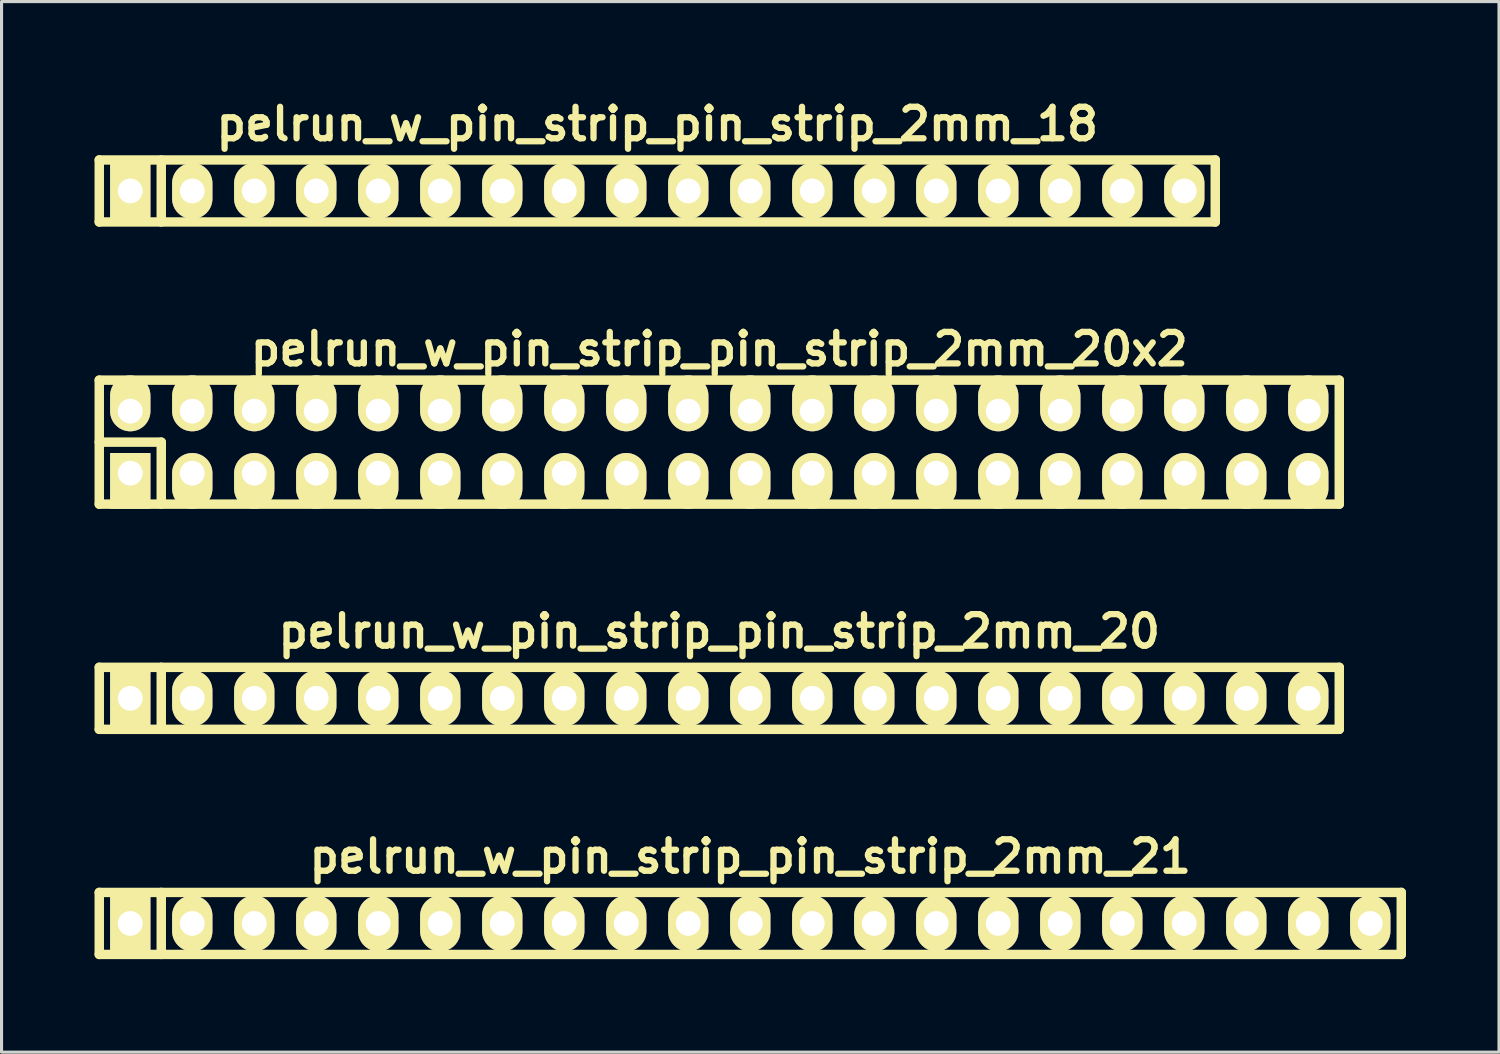
<source format=kicad_pcb>
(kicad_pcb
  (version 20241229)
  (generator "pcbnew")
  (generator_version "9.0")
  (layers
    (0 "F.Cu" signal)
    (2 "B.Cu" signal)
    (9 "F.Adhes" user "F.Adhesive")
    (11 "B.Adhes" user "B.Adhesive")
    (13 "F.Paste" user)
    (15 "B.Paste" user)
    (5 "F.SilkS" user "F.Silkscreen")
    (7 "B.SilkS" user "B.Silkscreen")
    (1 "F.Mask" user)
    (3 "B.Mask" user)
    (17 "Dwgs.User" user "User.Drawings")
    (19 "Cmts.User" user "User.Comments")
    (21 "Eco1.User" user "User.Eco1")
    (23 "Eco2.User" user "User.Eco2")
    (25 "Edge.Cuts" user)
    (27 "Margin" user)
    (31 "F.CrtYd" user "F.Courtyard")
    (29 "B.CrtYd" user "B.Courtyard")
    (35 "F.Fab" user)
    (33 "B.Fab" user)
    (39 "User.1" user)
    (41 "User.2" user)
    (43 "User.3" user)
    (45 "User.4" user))
  (footprint "pelrun_w_pin_strip_pin_strip_2mm_20"
    (layer "F.Cu")
    (at 20.152 19.476)
    (property "Reference" "pelrun_w_pin_strip_pin_strip_2mm_20" (at 0 -2.159 0) (layer "F.SilkS") (effects (font (size 1.016 1.016) (thickness 0.203))))
    (attr through_hole)
    (fp_line (start -20 -1) (end 20 -1) (stroke (width 0.305) (type solid)) (layer "F.SilkS"))
    (fp_line (start -20 1) (end -20 -1) (stroke (width 0.305) (type solid)) (layer "F.SilkS"))
    (fp_line (start -18 -1) (end -18 1) (stroke (width 0.305) (type solid)) (layer "F.SilkS"))
    (fp_line (start 20 -1) (end 20 1) (stroke (width 0.305) (type solid)) (layer "F.SilkS"))
    (fp_line (start 20 1) (end -20 1) (stroke (width 0.305) (type solid)) (layer "F.SilkS"))
    (pad "1" thru_hole rect (at -19 0) (size 1.3 1.8) (drill 0.8) (layers "*.Cu" "*.Mask" "F.SilkS"))
    (pad "2" thru_hole oval (at -17 0) (size 1.3 1.8) (drill 0.8) (layers "*.Cu" "*.Mask" "F.SilkS"))
    (pad "3" thru_hole oval (at -15 0) (size 1.3 1.8) (drill 0.8) (layers "*.Cu" "*.Mask" "F.SilkS"))
    (pad "4" thru_hole oval (at -13 0) (size 1.3 1.8) (drill 0.8) (layers "*.Cu" "*.Mask" "F.SilkS"))
    (pad "5" thru_hole oval (at -11 0) (size 1.3 1.8) (drill 0.8) (layers "*.Cu" "*.Mask" "F.SilkS"))
    (pad "6" thru_hole oval (at -9 0) (size 1.3 1.8) (drill 0.8) (layers "*.Cu" "*.Mask" "F.SilkS"))
    (pad "7" thru_hole oval (at -7 0) (size 1.3 1.8) (drill 0.8) (layers "*.Cu" "*.Mask" "F.SilkS"))
    (pad "8" thru_hole oval (at -5 0) (size 1.3 1.8) (drill 0.8) (layers "*.Cu" "*.Mask" "F.SilkS"))
    (pad "9" thru_hole oval (at -3 0) (size 1.3 1.8) (drill 0.8) (layers "*.Cu" "*.Mask" "F.SilkS"))
    (pad "10" thru_hole oval (at -1 0) (size 1.3 1.8) (drill 0.8) (layers "*.Cu" "*.Mask" "F.SilkS"))
    (pad "11" thru_hole oval (at 1 0) (size 1.3 1.8) (drill 0.8) (layers "*.Cu" "*.Mask" "F.SilkS"))
    (pad "12" thru_hole oval (at 3 0) (size 1.3 1.8) (drill 0.8) (layers "*.Cu" "*.Mask" "F.SilkS"))
    (pad "13" thru_hole oval (at 5 0) (size 1.3 1.8) (drill 0.8) (layers "*.Cu" "*.Mask" "F.SilkS"))
    (pad "14" thru_hole oval (at 7 0) (size 1.3 1.8) (drill 0.8) (layers "*.Cu" "*.Mask" "F.SilkS"))
    (pad "15" thru_hole oval (at 9 0) (size 1.3 1.8) (drill 0.8) (layers "*.Cu" "*.Mask" "F.SilkS"))
    (pad "16" thru_hole oval (at 11 0) (size 1.3 1.8) (drill 0.8) (layers "*.Cu" "*.Mask" "F.SilkS"))
    (pad "17" thru_hole oval (at 13 0) (size 1.3 1.8) (drill 0.8) (layers "*.Cu" "*.Mask" "F.SilkS"))
    (pad "18" thru_hole oval (at 15 0) (size 1.3 1.8) (drill 0.8) (layers "*.Cu" "*.Mask" "F.SilkS"))
    (pad "19" thru_hole oval (at 17 0) (size 1.3 1.8) (drill 0.8) (layers "*.Cu" "*.Mask" "F.SilkS"))
    (pad "20" thru_hole oval (at 19 0) (size 1.3 1.8) (drill 0.8) (layers "*.Cu" "*.Mask" "F.SilkS")))
  (footprint "pelrun_w_pin_strip_pin_strip_2mm_18"
    (layer "F.Cu")
    (at 18.152 3.11)
    (property "Reference" "pelrun_w_pin_strip_pin_strip_2mm_18" (at 0 -2.159 0) (layer "F.SilkS") (effects (font (size 1.016 1.016) (thickness 0.203))))
    (attr through_hole)
    (fp_line (start -18 -1) (end 18 -1) (stroke (width 0.305) (type solid)) (layer "F.SilkS"))
    (fp_line (start -18 1) (end -18 -1) (stroke (width 0.305) (type solid)) (layer "F.SilkS"))
    (fp_line (start -16 -1) (end -16 1) (stroke (width 0.305) (type solid)) (layer "F.SilkS"))
    (fp_line (start 18 -1) (end 18 1) (stroke (width 0.305) (type solid)) (layer "F.SilkS"))
    (fp_line (start 18 1) (end -18 1) (stroke (width 0.305) (type solid)) (layer "F.SilkS"))
    (pad "1" thru_hole rect (at -17 0) (size 1.3 1.8) (drill 0.8) (layers "*.Cu" "*.Mask" "F.SilkS"))
    (pad "2" thru_hole oval (at -15 0) (size 1.3 1.8) (drill 0.8) (layers "*.Cu" "*.Mask" "F.SilkS"))
    (pad "3" thru_hole oval (at -13 0) (size 1.3 1.8) (drill 0.8) (layers "*.Cu" "*.Mask" "F.SilkS"))
    (pad "4" thru_hole oval (at -11 0) (size 1.3 1.8) (drill 0.8) (layers "*.Cu" "*.Mask" "F.SilkS"))
    (pad "5" thru_hole oval (at -9 0) (size 1.3 1.8) (drill 0.8) (layers "*.Cu" "*.Mask" "F.SilkS"))
    (pad "6" thru_hole oval (at -7 0) (size 1.3 1.8) (drill 0.8) (layers "*.Cu" "*.Mask" "F.SilkS"))
    (pad "7" thru_hole oval (at -5 0) (size 1.3 1.8) (drill 0.8) (layers "*.Cu" "*.Mask" "F.SilkS"))
    (pad "8" thru_hole oval (at -3 0) (size 1.3 1.8) (drill 0.8) (layers "*.Cu" "*.Mask" "F.SilkS"))
    (pad "9" thru_hole oval (at -1 0) (size 1.3 1.8) (drill 0.8) (layers "*.Cu" "*.Mask" "F.SilkS"))
    (pad "10" thru_hole oval (at 1 0) (size 1.3 1.8) (drill 0.8) (layers "*.Cu" "*.Mask" "F.SilkS"))
    (pad "11" thru_hole oval (at 3 0) (size 1.3 1.8) (drill 0.8) (layers "*.Cu" "*.Mask" "F.SilkS"))
    (pad "12" thru_hole oval (at 5 0) (size 1.3 1.8) (drill 0.8) (layers "*.Cu" "*.Mask" "F.SilkS"))
    (pad "13" thru_hole oval (at 7 0) (size 1.3 1.8) (drill 0.8) (layers "*.Cu" "*.Mask" "F.SilkS"))
    (pad "14" thru_hole oval (at 9 0) (size 1.3 1.8) (drill 0.8) (layers "*.Cu" "*.Mask" "F.SilkS"))
    (pad "15" thru_hole oval (at 11 0) (size 1.3 1.8) (drill 0.8) (layers "*.Cu" "*.Mask" "F.SilkS"))
    (pad "16" thru_hole oval (at 13 0) (size 1.3 1.8) (drill 0.8) (layers "*.Cu" "*.Mask" "F.SilkS"))
    (pad "17" thru_hole oval (at 15 0) (size 1.3 1.8) (drill 0.8) (layers "*.Cu" "*.Mask" "F.SilkS"))
    (pad "18" thru_hole oval (at 17 0) (size 1.3 1.8) (drill 0.8) (layers "*.Cu" "*.Mask" "F.SilkS")))
  (footprint "pelrun_w_pin_strip_pin_strip_2mm_20x2"
    (layer "F.Cu")
    (at 20.152 11.213)
    (property "Reference" "pelrun_w_pin_strip_pin_strip_2mm_20x2" (at 0 -3 0) (layer "F.SilkS") (effects (font (size 1.016 1.016) (thickness 0.203))))
    (attr through_hole)
    (fp_line (start -20 -2) (end 20 -2) (stroke (width 0.305) (type solid)) (layer "F.SilkS"))
    (fp_line (start -20 0) (end -18 0) (stroke (width 0.305) (type solid)) (layer "F.SilkS"))
    (fp_line (start -20 2) (end -20 -2) (stroke (width 0.305) (type solid)) (layer "F.SilkS"))
    (fp_line (start -18 0) (end -18 2) (stroke (width 0.305) (type solid)) (layer "F.SilkS"))
    (fp_line (start 20 -2) (end 20 2) (stroke (width 0.305) (type solid)) (layer "F.SilkS"))
    (fp_line (start 20 2) (end -20 2) (stroke (width 0.305) (type solid)) (layer "F.SilkS"))
    (pad "1" thru_hole rect (at -19 1) (size 1.3 1.8) (drill 0.8 (offset 0 0.25)) (layers "*.Cu" "*.Mask" "F.SilkS"))
    (pad "2" thru_hole oval (at -19 -1) (size 1.3 1.8) (drill 0.8 (offset 0 -0.25)) (layers "*.Cu" "*.Mask" "F.SilkS"))
    (pad "3" thru_hole oval (at -17 1) (size 1.3 1.8) (drill 0.8 (offset 0 0.25)) (layers "*.Cu" "*.Mask" "F.SilkS"))
    (pad "4" thru_hole oval (at -17 -1) (size 1.3 1.8) (drill 0.8 (offset 0 -0.25)) (layers "*.Cu" "*.Mask" "F.SilkS"))
    (pad "5" thru_hole oval (at -15 1) (size 1.3 1.8) (drill 0.8 (offset 0 0.25)) (layers "*.Cu" "*.Mask" "F.SilkS"))
    (pad "6" thru_hole oval (at -15 -1) (size 1.3 1.8) (drill 0.8 (offset 0 -0.25)) (layers "*.Cu" "*.Mask" "F.SilkS"))
    (pad "7" thru_hole oval (at -13 1) (size 1.3 1.8) (drill 0.8 (offset 0 0.25)) (layers "*.Cu" "*.Mask" "F.SilkS"))
    (pad "8" thru_hole oval (at -13 -1) (size 1.3 1.8) (drill 0.8 (offset 0 -0.25)) (layers "*.Cu" "*.Mask" "F.SilkS"))
    (pad "9" thru_hole oval (at -11 1) (size 1.3 1.8) (drill 0.8 (offset 0 0.25)) (layers "*.Cu" "*.Mask" "F.SilkS"))
    (pad "10" thru_hole oval (at -11 -1) (size 1.3 1.8) (drill 0.8 (offset 0 -0.25)) (layers "*.Cu" "*.Mask" "F.SilkS"))
    (pad "11" thru_hole oval (at -9 1) (size 1.3 1.8) (drill 0.8 (offset 0 0.25)) (layers "*.Cu" "*.Mask" "F.SilkS"))
    (pad "12" thru_hole oval (at -9 -1) (size 1.3 1.8) (drill 0.8 (offset 0 -0.25)) (layers "*.Cu" "*.Mask" "F.SilkS"))
    (pad "13" thru_hole oval (at -7 1) (size 1.3 1.8) (drill 0.8 (offset 0 0.25)) (layers "*.Cu" "*.Mask" "F.SilkS"))
    (pad "14" thru_hole oval (at -7 -1) (size 1.3 1.8) (drill 0.8 (offset 0 -0.25)) (layers "*.Cu" "*.Mask" "F.SilkS"))
    (pad "15" thru_hole oval (at -5 1) (size 1.3 1.8) (drill 0.8 (offset 0 0.25)) (layers "*.Cu" "*.Mask" "F.SilkS"))
    (pad "16" thru_hole oval (at -5 -1) (size 1.3 1.8) (drill 0.8 (offset 0 -0.25)) (layers "*.Cu" "*.Mask" "F.SilkS"))
    (pad "17" thru_hole oval (at -3 1) (size 1.3 1.8) (drill 0.8 (offset 0 0.25)) (layers "*.Cu" "*.Mask" "F.SilkS"))
    (pad "18" thru_hole oval (at -3 -1) (size 1.3 1.8) (drill 0.8 (offset 0 -0.25)) (layers "*.Cu" "*.Mask" "F.SilkS"))
    (pad "19" thru_hole oval (at -1 1) (size 1.3 1.8) (drill 0.8 (offset 0 0.25)) (layers "*.Cu" "*.Mask" "F.SilkS"))
    (pad "20" thru_hole oval (at -1 -1) (size 1.3 1.8) (drill 0.8 (offset 0 -0.25)) (layers "*.Cu" "*.Mask" "F.SilkS"))
    (pad "21" thru_hole oval (at 1 1) (size 1.3 1.8) (drill 0.8 (offset 0 0.25)) (layers "*.Cu" "*.Mask" "F.SilkS"))
    (pad "22" thru_hole oval (at 1 -1) (size 1.3 1.8) (drill 0.8 (offset 0 -0.25)) (layers "*.Cu" "*.Mask" "F.SilkS"))
    (pad "23" thru_hole oval (at 3 1) (size 1.3 1.8) (drill 0.8 (offset 0 0.25)) (layers "*.Cu" "*.Mask" "F.SilkS"))
    (pad "24" thru_hole oval (at 3 -1) (size 1.3 1.8) (drill 0.8 (offset 0 -0.25)) (layers "*.Cu" "*.Mask" "F.SilkS"))
    (pad "25" thru_hole oval (at 5 1) (size 1.3 1.8) (drill 0.8 (offset 0 0.25)) (layers "*.Cu" "*.Mask" "F.SilkS"))
    (pad "26" thru_hole oval (at 5 -1) (size 1.3 1.8) (drill 0.8 (offset 0 -0.25)) (layers "*.Cu" "*.Mask" "F.SilkS"))
    (pad "27" thru_hole oval (at 7 1) (size 1.3 1.8) (drill 0.8 (offset 0 0.25)) (layers "*.Cu" "*.Mask" "F.SilkS"))
    (pad "28" thru_hole oval (at 7 -1) (size 1.3 1.8) (drill 0.8 (offset 0 -0.25)) (layers "*.Cu" "*.Mask" "F.SilkS"))
    (pad "29" thru_hole oval (at 9 1) (size 1.3 1.8) (drill 0.8 (offset 0 0.25)) (layers "*.Cu" "*.Mask" "F.SilkS"))
    (pad "30" thru_hole oval (at 9 -1) (size 1.3 1.8) (drill 0.8 (offset 0 -0.25)) (layers "*.Cu" "*.Mask" "F.SilkS"))
    (pad "31" thru_hole oval (at 11 1) (size 1.3 1.8) (drill 0.8 (offset 0 0.25)) (layers "*.Cu" "*.Mask" "F.SilkS"))
    (pad "32" thru_hole oval (at 11 -1) (size 1.3 1.8) (drill 0.8 (offset 0 -0.25)) (layers "*.Cu" "*.Mask" "F.SilkS"))
    (pad "33" thru_hole oval (at 13 1) (size 1.3 1.8) (drill 0.8 (offset 0 0.25)) (layers "*.Cu" "*.Mask" "F.SilkS"))
    (pad "34" thru_hole oval (at 13 -1) (size 1.3 1.8) (drill 0.8 (offset 0 -0.25)) (layers "*.Cu" "*.Mask" "F.SilkS"))
    (pad "35" thru_hole oval (at 15 1) (size 1.3 1.8) (drill 0.8 (offset 0 0.25)) (layers "*.Cu" "*.Mask" "F.SilkS"))
    (pad "36" thru_hole oval (at 15 -1) (size 1.3 1.8) (drill 0.8 (offset 0 -0.25)) (layers "*.Cu" "*.Mask" "F.SilkS"))
    (pad "37" thru_hole oval (at 17 1) (size 1.3 1.8) (drill 0.8 (offset 0 0.25)) (layers "*.Cu" "*.Mask" "F.SilkS"))
    (pad "38" thru_hole oval (at 17 -1) (size 1.3 1.8) (drill 0.8 (offset 0 -0.25)) (layers "*.Cu" "*.Mask" "F.SilkS"))
    (pad "39" thru_hole oval (at 19 1) (size 1.3 1.8) (drill 0.8 (offset 0 0.25)) (layers "*.Cu" "*.Mask" "F.SilkS"))
    (pad "40" thru_hole oval (at 19 -1) (size 1.3 1.8) (drill 0.8 (offset 0 -0.25)) (layers "*.Cu" "*.Mask" "F.SilkS")))
  (footprint "pelrun_w_pin_strip_pin_strip_2mm_21"
    (layer "F.Cu")
    (at 21.152 26.738)
    (property "Reference" "pelrun_w_pin_strip_pin_strip_2mm_21" (at 0 -2.159 0) (layer "F.SilkS") (effects (font (size 1.016 1.016) (thickness 0.203))))
    (attr through_hole)
    (fp_line (start -21 -1) (end 21 -1) (stroke (width 0.305) (type solid)) (layer "F.SilkS"))
    (fp_line (start -21 1) (end -21 -1) (stroke (width 0.305) (type solid)) (layer "F.SilkS"))
    (fp_line (start -19 -1) (end -19 1) (stroke (width 0.305) (type solid)) (layer "F.SilkS"))
    (fp_line (start 21 -1) (end 21 1) (stroke (width 0.305) (type solid)) (layer "F.SilkS"))
    (fp_line (start 21 1) (end -21 1) (stroke (width 0.305) (type solid)) (layer "F.SilkS"))
    (pad "1" thru_hole rect (at -20 0) (size 1.3 1.8) (drill 0.8) (layers "*.Cu" "*.Mask" "F.SilkS"))
    (pad "2" thru_hole oval (at -18 0) (size 1.3 1.8) (drill 0.8) (layers "*.Cu" "*.Mask" "F.SilkS"))
    (pad "3" thru_hole oval (at -16 0) (size 1.3 1.8) (drill 0.8) (layers "*.Cu" "*.Mask" "F.SilkS"))
    (pad "4" thru_hole oval (at -14 0) (size 1.3 1.8) (drill 0.8) (layers "*.Cu" "*.Mask" "F.SilkS"))
    (pad "5" thru_hole oval (at -12 0) (size 1.3 1.8) (drill 0.8) (layers "*.Cu" "*.Mask" "F.SilkS"))
    (pad "6" thru_hole oval (at -10 0) (size 1.3 1.8) (drill 0.8) (layers "*.Cu" "*.Mask" "F.SilkS"))
    (pad "7" thru_hole oval (at -8 0) (size 1.3 1.8) (drill 0.8) (layers "*.Cu" "*.Mask" "F.SilkS"))
    (pad "8" thru_hole oval (at -6 0) (size 1.3 1.8) (drill 0.8) (layers "*.Cu" "*.Mask" "F.SilkS"))
    (pad "9" thru_hole oval (at -4 0) (size 1.3 1.8) (drill 0.8) (layers "*.Cu" "*.Mask" "F.SilkS"))
    (pad "10" thru_hole oval (at -2 0) (size 1.3 1.8) (drill 0.8) (layers "*.Cu" "*.Mask" "F.SilkS"))
    (pad "11" thru_hole oval (at 0 0) (size 1.3 1.8) (drill 0.8) (layers "*.Cu" "*.Mask" "F.SilkS"))
    (pad "12" thru_hole oval (at 2 0) (size 1.3 1.8) (drill 0.8) (layers "*.Cu" "*.Mask" "F.SilkS"))
    (pad "13" thru_hole oval (at 4 0) (size 1.3 1.8) (drill 0.8) (layers "*.Cu" "*.Mask" "F.SilkS"))
    (pad "14" thru_hole oval (at 6 0) (size 1.3 1.8) (drill 0.8) (layers "*.Cu" "*.Mask" "F.SilkS"))
    (pad "15" thru_hole oval (at 8 0) (size 1.3 1.8) (drill 0.8) (layers "*.Cu" "*.Mask" "F.SilkS"))
    (pad "16" thru_hole oval (at 10 0) (size 1.3 1.8) (drill 0.8) (layers "*.Cu" "*.Mask" "F.SilkS"))
    (pad "17" thru_hole oval (at 12 0) (size 1.3 1.8) (drill 0.8) (layers "*.Cu" "*.Mask" "F.SilkS"))
    (pad "18" thru_hole oval (at 14 0) (size 1.3 1.8) (drill 0.8) (layers "*.Cu" "*.Mask" "F.SilkS"))
    (pad "19" thru_hole oval (at 16 0) (size 1.3 1.8) (drill 0.8) (layers "*.Cu" "*.Mask" "F.SilkS"))
    (pad "20" thru_hole oval (at 18 0) (size 1.3 1.8) (drill 0.8) (layers "*.Cu" "*.Mask" "F.SilkS"))
    (pad "21" thru_hole oval (at 20 0) (size 1.3 1.8) (drill 0.8) (layers "*.Cu" "*.Mask" "F.SilkS")))
  (gr_rect
    (start -3 -3)
    (end 45.305 30.891)
    (stroke (width 0.1) (type default))
    (fill no)
    (layer "Edge.Cuts")))
</source>
